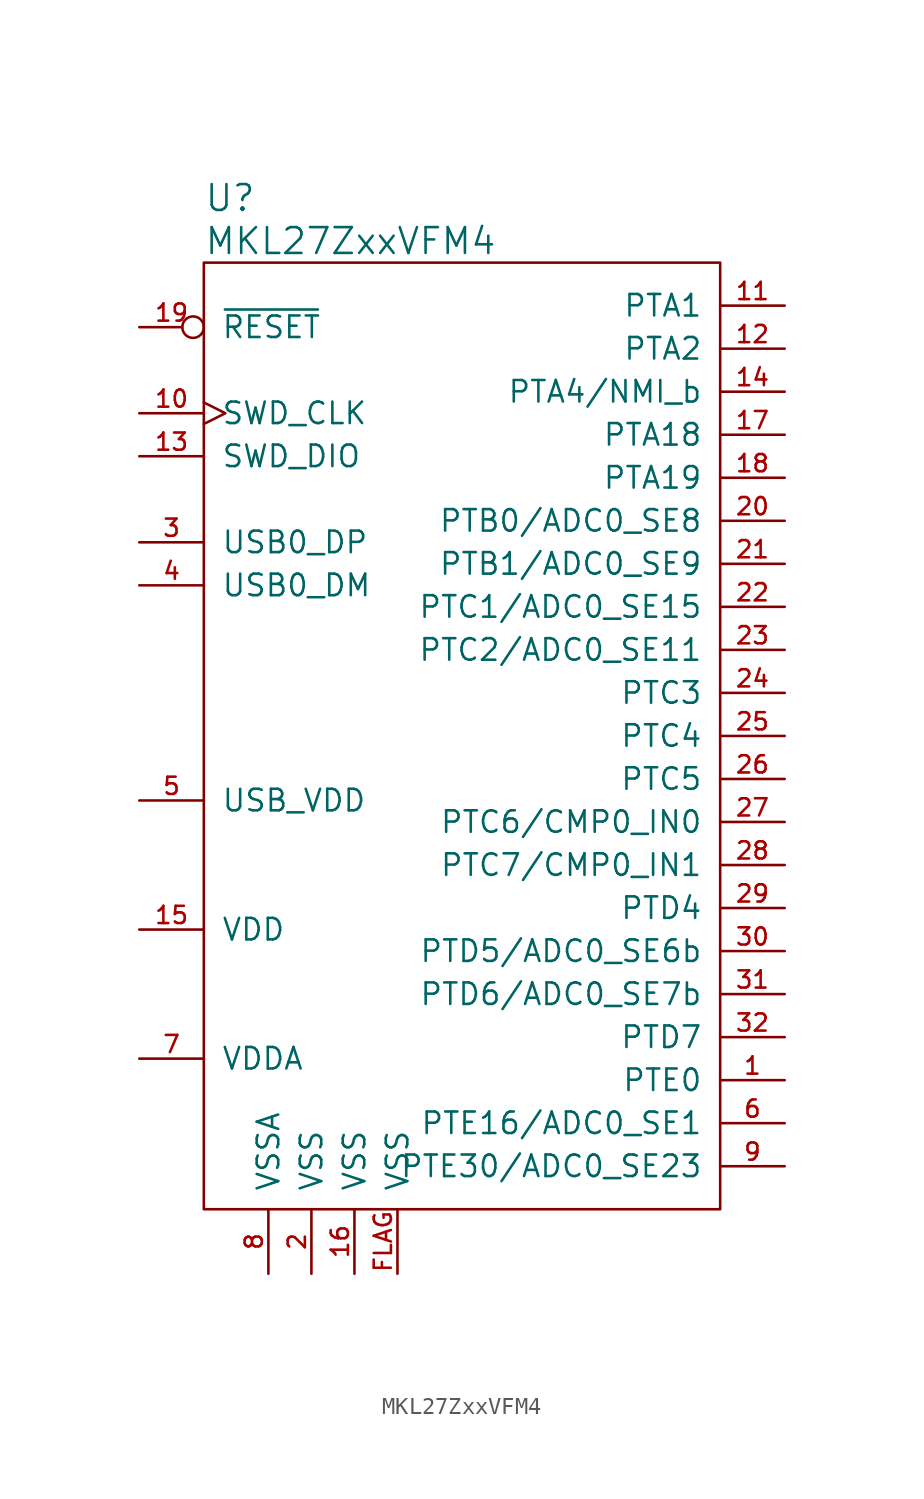
<source format=kicad_sym>
(kicad_symbol_lib
  (version 20211014)
  (generator kicad_symbol_editor)
  (symbol "MKL27ZxxVFM4"
    (pin_names
      (offset 1.016))
    (property "Reference" "U"
      (at -15.24 31.75 0)
      (effects (font (size 1.524 1.524)) (justify left)))
    (property "Value" "MKL27ZxxVFM4"
      (at -15.24 29.21 0)
      (effects (font (size 1.524 1.524)) (justify left)))
    (symbol "MKL27ZxxVFM4_0_1"
      (rectangle (start -15.24 27.94) (end 15.24 -27.94) (stroke (width 0) (type default) (color 0 0 0 0)) (fill (type none))))
    (symbol "MKL27ZxxVFM4_1_1"
      (pin tri_state line (at 19.05 -20.32 180) (length 3.81) (name "PTE0" (effects (font (size 1.27 1.27)))) (number "1" (effects (font (size 1.016 1.016)))))
      (pin input clock (at -19.05 19.05 0) (length 3.81) (name "SWD_CLK" (effects (font (size 1.27 1.27)))) (number "10" (effects (font (size 1.016 1.016)))))
      (pin tri_state line (at 19.05 25.4 180) (length 3.81) (name "PTA1" (effects (font (size 1.27 1.27)))) (number "11" (effects (font (size 1.016 1.016)))))
      (pin tri_state line (at 19.05 22.86 180) (length 3.81) (name "PTA2" (effects (font (size 1.27 1.27)))) (number "12" (effects (font (size 1.016 1.016)))))
      (pin bidirectional line (at -19.05 16.51 0) (length 3.81) (name "SWD_DIO" (effects (font (size 1.27 1.27)))) (number "13" (effects (font (size 1.016 1.016)))))
      (pin tri_state line (at 19.05 20.32 180) (length 3.81) (name "PTA4/NMI_b" (effects (font (size 1.27 1.27)))) (number "14" (effects (font (size 1.016 1.016)))))
      (pin power_in line (at -19.05 -11.43 0) (length 3.81) (name "VDD" (effects (font (size 1.27 1.27)))) (number "15" (effects (font (size 1.016 1.016)))))
      (pin power_in line (at -6.35 -31.75 90) (length 3.81) (name "VSS" (effects (font (size 1.27 1.27)))) (number "16" (effects (font (size 1.016 1.016)))))
      (pin tri_state line (at 19.05 17.78 180) (length 3.81) (name "PTA18" (effects (font (size 1.27 1.27)))) (number "17" (effects (font (size 1.016 1.016)))))
      (pin tri_state line (at 19.05 15.24 180) (length 3.81) (name "PTA19" (effects (font (size 1.27 1.27)))) (number "18" (effects (font (size 1.016 1.016)))))
      (pin open_collector inverted (at -19.05 24.13 0) (length 3.81) (name "~{RESET}" (effects (font (size 1.27 1.27)))) (number "19" (effects (font (size 1.016 1.016)))))
      (pin power_in line (at -8.89 -31.75 90) (length 3.81) (name "VSS" (effects (font (size 1.27 1.27)))) (number "2" (effects (font (size 1.016 1.016)))))
      (pin tri_state line (at 19.05 12.7 180) (length 3.81) (name "PTB0/ADC0_SE8" (effects (font (size 1.27 1.27)))) (number "20" (effects (font (size 1.016 1.016)))))
      (pin tri_state line (at 19.05 10.16 180) (length 3.81) (name "PTB1/ADC0_SE9" (effects (font (size 1.27 1.27)))) (number "21" (effects (font (size 1.016 1.016)))))
      (pin tri_state line (at 19.05 7.62 180) (length 3.81) (name "PTC1/ADC0_SE15" (effects (font (size 1.27 1.27)))) (number "22" (effects (font (size 1.016 1.016)))))
      (pin tri_state line (at 19.05 5.08 180) (length 3.81) (name "PTC2/ADC0_SE11" (effects (font (size 1.27 1.27)))) (number "23" (effects (font (size 1.016 1.016)))))
      (pin tri_state line (at 19.05 2.54 180) (length 3.81) (name "PTC3" (effects (font (size 1.27 1.27)))) (number "24" (effects (font (size 1.016 1.016)))))
      (pin tri_state line (at 19.05 0 180) (length 3.81) (name "PTC4" (effects (font (size 1.27 1.27)))) (number "25" (effects (font (size 1.016 1.016)))))
      (pin tri_state line (at 19.05 -2.54 180) (length 3.81) (name "PTC5" (effects (font (size 1.27 1.27)))) (number "26" (effects (font (size 1.016 1.016)))))
      (pin tri_state line (at 19.05 -5.08 180) (length 3.81) (name "PTC6/CMP0_IN0" (effects (font (size 1.27 1.27)))) (number "27" (effects (font (size 1.016 1.016)))))
      (pin tri_state line (at 19.05 -7.62 180) (length 3.81) (name "PTC7/CMP0_IN1" (effects (font (size 1.27 1.27)))) (number "28" (effects (font (size 1.016 1.016)))))
      (pin tri_state line (at 19.05 -10.16 180) (length 3.81) (name "PTD4" (effects (font (size 1.27 1.27)))) (number "29" (effects (font (size 1.016 1.016)))))
      (pin bidirectional line (at -19.05 11.43 0) (length 3.81) (name "USB0_DP" (effects (font (size 1.27 1.27)))) (number "3" (effects (font (size 1.016 1.016)))))
      (pin tri_state line (at 19.05 -12.7 180) (length 3.81) (name "PTD5/ADC0_SE6b" (effects (font (size 1.27 1.27)))) (number "30" (effects (font (size 1.016 1.016)))))
      (pin tri_state line (at 19.05 -15.24 180) (length 3.81) (name "PTD6/ADC0_SE7b" (effects (font (size 1.27 1.27)))) (number "31" (effects (font (size 1.016 1.016)))))
      (pin tri_state line (at 19.05 -17.78 180) (length 3.81) (name "PTD7" (effects (font (size 1.27 1.27)))) (number "32" (effects (font (size 1.016 1.016)))))
      (pin bidirectional line (at -19.05 8.89 0) (length 3.81) (name "USB0_DM" (effects (font (size 1.27 1.27)))) (number "4" (effects (font (size 1.016 1.016)))))
      (pin power_in line (at -19.05 -3.81 0) (length 3.81) (name "USB_VDD" (effects (font (size 1.27 1.27)))) (number "5" (effects (font (size 1.016 1.016)))))
      (pin tri_state line (at 19.05 -22.86 180) (length 3.81) (name "PTE16/ADC0_SE1" (effects (font (size 1.27 1.27)))) (number "6" (effects (font (size 1.016 1.016)))))
      (pin power_in line (at -19.05 -19.05 0) (length 3.81) (name "VDDA" (effects (font (size 1.27 1.27)))) (number "7" (effects (font (size 1.016 1.016)))))
      (pin power_in line (at -11.43 -31.75 90) (length 3.81) (name "VSSA" (effects (font (size 1.27 1.27)))) (number "8" (effects (font (size 1.016 1.016)))))
      (pin tri_state line (at 19.05 -25.4 180) (length 3.81) (name "PTE30/ADC0_SE23" (effects (font (size 1.27 1.27)))) (number "9" (effects (font (size 1.016 1.016)))))
      (pin power_in line (at -3.81 -31.75 90) (length 3.81) (name "VSS" (effects (font (size 1.27 1.27)))) (number "FLAG" (effects (font (size 1.016 1.016))))))))
</source>
